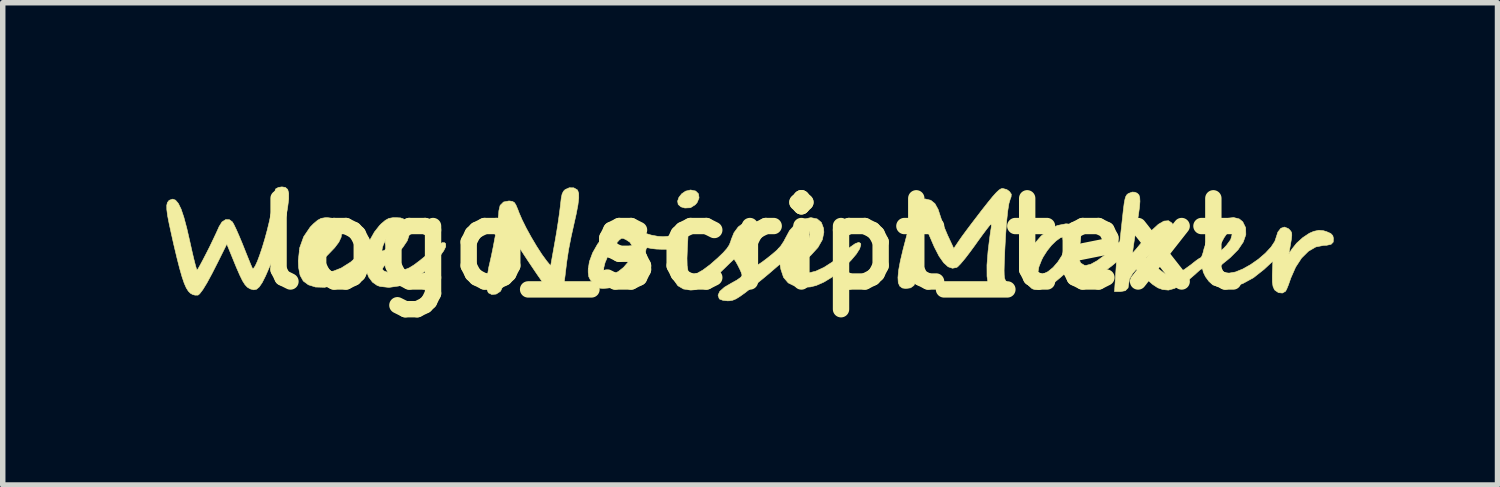
<source format=kicad_pcb>
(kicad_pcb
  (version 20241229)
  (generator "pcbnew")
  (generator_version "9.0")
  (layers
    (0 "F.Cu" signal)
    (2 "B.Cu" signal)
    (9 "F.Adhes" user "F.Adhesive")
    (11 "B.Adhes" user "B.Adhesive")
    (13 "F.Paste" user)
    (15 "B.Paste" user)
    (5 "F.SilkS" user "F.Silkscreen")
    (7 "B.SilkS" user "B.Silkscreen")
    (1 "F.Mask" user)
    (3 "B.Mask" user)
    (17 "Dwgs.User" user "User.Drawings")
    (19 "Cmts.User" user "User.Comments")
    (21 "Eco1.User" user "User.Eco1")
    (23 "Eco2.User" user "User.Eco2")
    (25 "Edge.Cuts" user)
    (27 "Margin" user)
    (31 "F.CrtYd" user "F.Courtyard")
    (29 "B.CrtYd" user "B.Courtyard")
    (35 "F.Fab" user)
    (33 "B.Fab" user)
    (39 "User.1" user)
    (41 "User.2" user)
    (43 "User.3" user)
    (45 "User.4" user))
  (footprint "logo_script_text"
    (layer "F.Cu")
    (at 10.69 1.418)
    (property "Reference" "logo_script_text" (at 0 0 0) (layer "F.SilkS") (effects (font (size 1.524 1.524) (thickness 0.3))))
    (attr through_hole)
    (fp_poly (pts (xy -0.994 -0.968) (xy -0.942 -0.916) (xy -0.932 -0.842) (xy -0.967 -0.758) (xy -1.001 -0.718) (xy -1.089 -0.662) (xy -1.192 -0.657) (xy -1.263 -0.678) (xy -1.314 -0.721) (xy -1.325 -0.783) (xy -1.301 -0.852) (xy -1.25 -0.917) (xy -1.178 -0.966) (xy -1.091 -0.987) (xy -1.085 -0.987) (xy -0.994 -0.968)) (stroke (width 0.01) (type solid)) (fill yes) (layer "F.SilkS"))
    (fp_poly (pts (xy -3.228 -1.027) (xy -3.164 -0.991) (xy -3.155 -0.978) (xy -3.137 -0.925) (xy -3.136 -0.838) (xy -3.151 -0.714) (xy -3.183 -0.546) (xy -3.216 -0.399) (xy -3.276 -0.13) (xy -3.322 0.105) (xy -3.356 0.328) (xy -3.384 0.559) (xy -3.385 0.571) (xy -3.4 0.682) (xy -3.42 0.773) (xy -3.44 0.828) (xy -3.443 0.832) (xy -3.506 0.869) (xy -3.59 0.872) (xy -3.674 0.845) (xy -3.716 0.811) (xy -3.758 0.759) (xy -3.821 0.671) (xy -3.9 0.557) (xy -3.988 0.427) (xy -4.079 0.291) (xy -4.167 0.157) (xy -4.245 0.035) (xy -4.306 -0.064) (xy -4.346 -0.133) (xy -4.356 -0.154) (xy -4.376 -0.172) (xy -4.381 -0.169) (xy -4.391 -0.137) (xy -4.405 -0.059) (xy -4.423 0.054) (xy -4.444 0.193) (xy -4.465 0.346) (xy -4.486 0.505) (xy -4.503 0.654) (xy -4.527 0.774) (xy -4.565 0.859) (xy -4.576 0.873) (xy -4.649 0.92) (xy -4.729 0.928) (xy -4.792 0.897) (xy -4.817 0.838) (xy -4.824 0.734) (xy -4.813 0.595) (xy -4.785 0.43) (xy -4.769 0.362) (xy -4.736 0.215) (xy -4.702 0.049) (xy -4.67 -0.122) (xy -4.641 -0.286) (xy -4.619 -0.431) (xy -4.604 -0.544) (xy -4.6 -0.606) (xy -4.577 -0.704) (xy -4.514 -0.767) (xy -4.416 -0.786) (xy -4.399 -0.785) (xy -4.351 -0.777) (xy -4.316 -0.757) (xy -4.287 -0.712) (xy -4.253 -0.632) (xy -4.229 -0.568) (xy -4.175 -0.443) (xy -4.098 -0.288) (xy -4.006 -0.121) (xy -3.908 0.044) (xy -3.814 0.19) (xy -3.733 0.301) (xy -3.729 0.307) (xy -3.651 0.402) (xy -3.571 -0.046) (xy -3.541 -0.22) (xy -3.514 -0.394) (xy -3.491 -0.553) (xy -3.475 -0.68) (xy -3.471 -0.718) (xy -3.457 -0.837) (xy -3.441 -0.914) (xy -3.416 -0.964) (xy -3.385 -0.995) (xy -3.31 -1.028) (xy -3.228 -1.027)) (stroke (width 0.01) (type solid)) (fill yes) (layer "F.SilkS"))
    (fp_poly (pts (xy -8.511 -1.034) (xy -8.469 -0.997) (xy -8.45 -0.929) (xy -8.45 -0.822) (xy -8.47 -0.669) (xy -8.479 -0.613) (xy -8.515 -0.425) (xy -8.555 -0.256) (xy -8.603 -0.091) (xy -8.665 0.085) (xy -8.746 0.288) (xy -8.801 0.419) (xy -8.875 0.589) (xy -8.936 0.71) (xy -8.99 0.789) (xy -9.039 0.831) (xy -9.091 0.842) (xy -9.15 0.827) (xy -9.163 0.821) (xy -9.208 0.794) (xy -9.25 0.749) (xy -9.295 0.679) (xy -9.346 0.575) (xy -9.409 0.431) (xy -9.453 0.324) (xy -9.584 0.003) (xy -9.748 0.333) (xy -9.856 0.545) (xy -9.948 0.715) (xy -10.024 0.839) (xy -10.082 0.915) (xy -10.112 0.939) (xy -10.164 0.94) (xy -10.208 0.929) (xy -10.25 0.906) (xy -10.289 0.867) (xy -10.327 0.807) (xy -10.365 0.721) (xy -10.405 0.603) (xy -10.449 0.449) (xy -10.499 0.253) (xy -10.557 0.01) (xy -10.598 -0.173) (xy -10.641 -0.37) (xy -10.67 -0.519) (xy -10.684 -0.629) (xy -10.685 -0.706) (xy -10.673 -0.757) (xy -10.647 -0.791) (xy -10.633 -0.801) (xy -10.576 -0.82) (xy -10.524 -0.801) (xy -10.473 -0.741) (xy -10.422 -0.637) (xy -10.371 -0.486) (xy -10.317 -0.284) (xy -10.26 -0.035) (xy -10.224 0.127) (xy -10.191 0.268) (xy -10.163 0.379) (xy -10.142 0.453) (xy -10.13 0.48) (xy -10.13 0.48) (xy -10.111 0.456) (xy -10.074 0.391) (xy -10.023 0.296) (xy -9.963 0.18) (xy -9.899 0.054) (xy -9.838 -0.073) (xy -9.783 -0.189) (xy -9.739 -0.285) (xy -9.726 -0.316) (xy -9.673 -0.401) (xy -9.605 -0.445) (xy -9.535 -0.442) (xy -9.482 -0.402) (xy -9.455 -0.355) (xy -9.412 -0.266) (xy -9.36 -0.148) (xy -9.303 -0.012) (xy -9.285 0.033) (xy -9.23 0.171) (xy -9.181 0.292) (xy -9.143 0.385) (xy -9.119 0.44) (xy -9.115 0.449) (xy -9.095 0.45) (xy -9.064 0.405) (xy -9.025 0.321) (xy -8.982 0.206) (xy -8.935 0.067) (xy -8.889 -0.086) (xy -8.845 -0.247) (xy -8.806 -0.407) (xy -8.774 -0.558) (xy -8.752 -0.692) (xy -8.751 -0.704) (xy -8.733 -0.824) (xy -8.714 -0.925) (xy -8.696 -0.991) (xy -8.688 -1.008) (xy -8.639 -1.034) (xy -8.575 -1.044) (xy -8.511 -1.034)) (stroke (width 0.01) (type solid)) (fill yes) (layer "F.SilkS"))
    (fp_poly (pts (xy 4.706 -0.995) (xy 4.756 -0.959) (xy 4.789 -0.91) (xy 4.785 -0.86) (xy 4.771 -0.825) (xy 4.746 -0.742) (xy 4.724 -0.605) (xy 4.704 -0.415) (xy 4.686 -0.175) (xy 4.67 0.114) (xy 4.667 0.201) (xy 4.66 0.368) (xy 4.657 0.488) (xy 4.659 0.571) (xy 4.665 0.625) (xy 4.677 0.661) (xy 4.695 0.687) (xy 4.707 0.7) (xy 4.748 0.773) (xy 4.74 0.851) (xy 4.703 0.9) (xy 4.63 0.935) (xy 4.544 0.946) (xy 4.481 0.93) (xy 4.413 0.862) (xy 4.367 0.75) (xy 4.344 0.594) (xy 4.343 0.389) (xy 4.363 0.135) (xy 4.364 0.127) (xy 4.381 -0.013) (xy 4.397 -0.14) (xy 4.411 -0.239) (xy 4.42 -0.293) (xy 4.425 -0.347) (xy 4.41 -0.357) (xy 4.41 -0.357) (xy 4.385 -0.329) (xy 4.334 -0.264) (xy 4.262 -0.168) (xy 4.177 -0.051) (xy 4.119 0.031) (xy 4.025 0.159) (xy 3.938 0.272) (xy 3.864 0.36) (xy 3.81 0.416) (xy 3.791 0.431) (xy 3.711 0.447) (xy 3.632 0.42) (xy 3.551 0.347) (xy 3.466 0.227) (xy 3.378 0.056) (xy 3.282 -0.166) (xy 3.232 -0.296) (xy 3.221 -0.322) (xy 3.212 -0.332) (xy 3.202 -0.318) (xy 3.189 -0.275) (xy 3.17 -0.194) (xy 3.142 -0.07) (xy 3.119 0.038) (xy 3.09 0.189) (xy 3.067 0.339) (xy 3.052 0.47) (xy 3.048 0.548) (xy 3.038 0.678) (xy 3.005 0.762) (xy 2.943 0.806) (xy 2.856 0.818) (xy 2.791 0.808) (xy 2.745 0.774) (xy 2.718 0.712) (xy 2.712 0.618) (xy 2.724 0.486) (xy 2.756 0.313) (xy 2.808 0.094) (xy 2.848 -0.058) (xy 2.892 -0.227) (xy 2.933 -0.384) (xy 2.967 -0.516) (xy 2.992 -0.615) (xy 3.005 -0.668) (xy 3.042 -0.764) (xy 3.11 -0.813) (xy 3.212 -0.823) (xy 3.313 -0.799) (xy 3.389 -0.738) (xy 3.448 -0.632) (xy 3.482 -0.528) (xy 3.519 -0.415) (xy 3.571 -0.278) (xy 3.627 -0.146) (xy 3.633 -0.134) (xy 3.735 0.085) (xy 3.836 -0.065) (xy 3.887 -0.138) (xy 3.965 -0.244) (xy 4.062 -0.373) (xy 4.169 -0.513) (xy 4.247 -0.615) (xy 4.363 -0.762) (xy 4.451 -0.87) (xy 4.517 -0.943) (xy 4.566 -0.988) (xy 4.603 -1.01) (xy 4.631 -1.015) (xy 4.706 -0.995)) (stroke (width 0.01) (type solid)) (fill yes) (layer "F.SilkS"))
    (fp_poly (pts (xy -6.404 -0.476) (xy -6.351 -0.459) (xy -6.313 -0.418) (xy -6.293 -0.388) (xy -6.246 -0.279) (xy -6.24 -0.171) (xy -6.278 -0.057) (xy -6.362 0.068) (xy -6.494 0.209) (xy -6.544 0.256) (xy -6.64 0.345) (xy -6.699 0.404) (xy -6.728 0.443) (xy -6.731 0.468) (xy -6.714 0.489) (xy -6.703 0.497) (xy -6.624 0.526) (xy -6.512 0.525) (xy -6.381 0.496) (xy -6.245 0.441) (xy -6.242 0.44) (xy -6.159 0.389) (xy -6.053 0.31) (xy -5.941 0.219) (xy -5.887 0.17) (xy -5.772 0.068) (xy -5.689 0.004) (xy -5.631 -0.024) (xy -5.592 -0.02) (xy -5.574 -0.001) (xy -5.573 0.051) (xy -5.611 0.128) (xy -5.68 0.223) (xy -5.772 0.328) (xy -5.881 0.436) (xy -6 0.538) (xy -6.12 0.627) (xy -6.236 0.696) (xy -6.245 0.701) (xy -6.433 0.772) (xy -6.614 0.798) (xy -6.776 0.78) (xy -6.829 0.762) (xy -6.915 0.702) (xy -6.985 0.608) (xy -7.024 0.505) (xy -7.027 0.469) (xy -7.032 0.415) (xy -7.042 0.395) (xy -7.069 0.412) (xy -7.128 0.455) (xy -7.205 0.516) (xy -7.208 0.518) (xy -7.407 0.658) (xy -7.603 0.751) (xy -7.791 0.796) (xy -7.959 0.791) (xy -8.09 0.75) (xy -8.183 0.681) (xy -8.242 0.576) (xy -8.27 0.43) (xy -8.275 0.309) (xy -8.255 0.127) (xy -7.987 0.127) (xy -7.976 0.138) (xy -7.93 0.111) (xy -7.928 0.11) (xy -7.866 0.056) (xy -7.804 -0.018) (xy -7.796 -0.028) (xy -7.755 -0.106) (xy -7.734 -0.178) (xy -7.733 -0.189) (xy -7.739 -0.235) (xy -7.768 -0.236) (xy -7.787 -0.227) (xy -7.848 -0.173) (xy -7.909 -0.084) (xy -7.959 0.018) (xy -7.975 0.07) (xy -7.987 0.127) (xy -8.255 0.127) (xy -8.25 0.075) (xy -8.176 -0.131) (xy -8.056 -0.308) (xy -7.998 -0.367) (xy -7.92 -0.433) (xy -7.857 -0.467) (xy -7.785 -0.479) (xy -7.738 -0.48) (xy -7.622 -0.466) (xy -7.547 -0.42) (xy -7.501 -0.334) (xy -7.492 -0.303) (xy -7.478 -0.209) (xy -7.49 -0.121) (xy -7.532 -0.031) (xy -7.609 0.071) (xy -7.727 0.194) (xy -7.755 0.222) (xy -7.858 0.321) (xy -7.924 0.39) (xy -7.96 0.435) (xy -7.97 0.464) (xy -7.961 0.485) (xy -7.944 0.499) (xy -7.866 0.527) (xy -7.755 0.525) (xy -7.625 0.497) (xy -7.491 0.444) (xy -7.485 0.441) (xy -7.317 0.335) (xy -7.162 0.2) (xy -7.095 0.121) (xy -6.743 0.121) (xy -6.729 0.132) (xy -6.693 0.115) (xy -6.64 0.072) (xy -6.58 0.003) (xy -6.562 -0.021) (xy -6.518 -0.101) (xy -6.493 -0.173) (xy -6.491 -0.191) (xy -6.498 -0.236) (xy -6.528 -0.235) (xy -6.545 -0.227) (xy -6.605 -0.174) (xy -6.667 -0.086) (xy -6.716 0.015) (xy -6.733 0.067) (xy -6.743 0.121) (xy -7.095 0.121) (xy -7.033 0.049) (xy -6.953 -0.087) (xy -6.88 -0.217) (xy -6.787 -0.335) (xy -6.756 -0.367) (xy -6.679 -0.432) (xy -6.617 -0.466) (xy -6.545 -0.479) (xy -6.491 -0.48) (xy -6.404 -0.476)) (stroke (width 0.01) (type solid)) (fill yes) (layer "F.SilkS"))
    (fp_poly (pts (xy 1.232 -0.457) (xy 1.309 -0.392) (xy 1.349 -0.285) (xy 1.355 -0.213) (xy 1.327 -0.076) (xy 1.246 0.066) (xy 1.112 0.213) (xy 1.015 0.295) (xy 0.929 0.364) (xy 0.882 0.408) (xy 0.867 0.438) (xy 0.876 0.464) (xy 0.892 0.483) (xy 0.969 0.528) (xy 1.077 0.533) (xy 1.208 0.5) (xy 1.357 0.431) (xy 1.516 0.329) (xy 1.68 0.196) (xy 1.707 0.172) (xy 1.833 0.063) (xy 1.929 -0.004) (xy 1.995 -0.028) (xy 2.028 -0.008) (xy 2.032 0.018) (xy 2.01 0.091) (xy 1.949 0.187) (xy 1.857 0.296) (xy 1.745 0.41) (xy 1.619 0.521) (xy 1.489 0.619) (xy 1.363 0.696) (xy 1.339 0.708) (xy 1.215 0.762) (xy 1.107 0.789) (xy 0.989 0.796) (xy 0.826 0.776) (xy 0.702 0.715) (xy 0.616 0.614) (xy 0.568 0.47) (xy 0.567 0.466) (xy 0.55 0.371) (xy 0.353 0.541) (xy 0.234 0.64) (xy 0.095 0.753) (xy -0.038 0.856) (xy -0.065 0.877) (xy -0.174 0.957) (xy -0.253 1.007) (xy -0.316 1.033) (xy -0.377 1.043) (xy -0.408 1.044) (xy -0.493 1.035) (xy -0.553 1.013) (xy -0.562 1.005) (xy -0.584 0.941) (xy -0.552 0.87) (xy -0.466 0.794) (xy -0.34 0.72) (xy -0.237 0.663) (xy -0.167 0.613) (xy -0.141 0.577) (xy -0.141 0.576) (xy -0.153 0.537) (xy -0.182 0.472) (xy -0.22 0.396) (xy -0.257 0.329) (xy -0.285 0.288) (xy -0.293 0.282) (xy -0.314 0.301) (xy -0.367 0.351) (xy -0.444 0.426) (xy -0.537 0.516) (xy -0.683 0.652) (xy -0.804 0.748) (xy -0.908 0.809) (xy -1.006 0.84) (xy -1.085 0.847) (xy -1.218 0.827) (xy -1.32 0.767) (xy -1.393 0.662) (xy -1.44 0.512) (xy -1.462 0.325) (xy -1.474 0.099) (xy -1.619 0.099) (xy -1.719 0.095) (xy -1.806 0.085) (xy -1.835 0.079) (xy -1.879 0.07) (xy -1.901 0.085) (xy -1.91 0.137) (xy -1.913 0.188) (xy -1.945 0.343) (xy -2.024 0.492) (xy -2.139 0.625) (xy -2.281 0.726) (xy -2.336 0.753) (xy -2.416 0.777) (xy -2.524 0.799) (xy -2.596 0.809) (xy -2.691 0.817) (xy -2.752 0.811) (xy -2.799 0.786) (xy -2.855 0.735) (xy -2.863 0.726) (xy -2.923 0.661) (xy -2.953 0.601) (xy -2.963 0.523) (xy -2.963 0.473) (xy -2.96 0.448) (xy -2.68 0.448) (xy -2.676 0.522) (xy -2.662 0.546) (xy -2.608 0.564) (xy -2.526 0.555) (xy -2.434 0.519) (xy -2.407 0.504) (xy -2.315 0.431) (xy -2.233 0.336) (xy -2.172 0.236) (xy -2.145 0.149) (xy -2.145 0.139) (xy -2.157 0.038) (xy -2.199 -0.03) (xy -2.267 -0.075) (xy -2.32 -0.1) (xy -2.356 -0.1) (xy -2.395 -0.07) (xy -2.447 -0.011) (xy -2.534 0.106) (xy -2.605 0.229) (xy -2.655 0.346) (xy -2.68 0.448) (xy -2.96 0.448) (xy -2.941 0.325) (xy -2.882 0.165) (xy -2.792 0.006) (xy -2.682 -0.141) (xy -2.56 -0.262) (xy -2.434 -0.346) (xy -2.377 -0.368) (xy -2.258 -0.384) (xy -2.153 -0.361) (xy -2.075 -0.305) (xy -2.059 -0.281) (xy -2.011 -0.237) (xy -1.922 -0.195) (xy -1.81 -0.161) (xy -1.688 -0.138) (xy -1.593 -0.132) (xy -1.494 -0.139) (xy -1.426 -0.165) (xy -1.375 -0.208) (xy -1.281 -0.27) (xy -1.214 -0.282) (xy -1.127 -0.282) (xy -1.146 0.079) (xy -1.153 0.263) (xy -1.15 0.398) (xy -1.136 0.488) (xy -1.11 0.541) (xy -1.072 0.563) (xy -1.056 0.564) (xy -0.973 0.543) (xy -0.862 0.48) (xy -0.728 0.38) (xy -0.59 0.259) (xy -0.488 0.161) (xy -0.421 0.085) (xy -0.378 0.02) (xy -0.351 -0.049) (xy -0.343 -0.078) (xy -0.292 -0.204) (xy -0.215 -0.309) (xy -0.122 -0.379) (xy -0.027 -0.405) (xy 0.061 -0.387) (xy 0.105 -0.338) (xy 0.105 -0.265) (xy 0.06 -0.174) (xy 0.014 -0.117) (xy -0.042 -0.048) (xy -0.078 0.007) (xy -0.085 0.027) (xy -0.072 0.069) (xy -0.039 0.14) (xy 0.005 0.223) (xy 0.052 0.304) (xy 0.093 0.366) (xy 0.12 0.394) (xy 0.122 0.395) (xy 0.157 0.378) (xy 0.224 0.333) (xy 0.312 0.267) (xy 0.408 0.19) (xy 0.491 0.119) (xy 0.514 0.094) (xy 0.857 0.094) (xy 0.859 0.132) (xy 0.89 0.128) (xy 0.951 0.078) (xy 0.999 0.028) (xy 1.075 -0.077) (xy 1.101 -0.168) (xy 1.101 -0.169) (xy 1.089 -0.227) (xy 1.059 -0.236) (xy 1.012 -0.197) (xy 0.953 -0.112) (xy 0.948 -0.103) (xy 0.886 0.015) (xy 0.857 0.094) (xy 0.514 0.094) (xy 0.564 0.04) (xy 0.624 -0.051) (xy 0.635 -0.074) (xy 0.726 -0.243) (xy 0.841 -0.37) (xy 0.972 -0.45) (xy 1.114 -0.48) (xy 1.12 -0.48) (xy 1.232 -0.457)) (stroke (width 0.01) (type solid)) (fill yes) (layer "F.SilkS"))
    (fp_poly (pts (xy 7.054 -0.946) (xy 7.097 -0.927) (xy 7.126 -0.899) (xy 7.142 -0.852) (xy 7.146 -0.779) (xy 7.138 -0.674) (xy 7.118 -0.529) (xy 7.086 -0.335) (xy 7.086 -0.334) (xy 7.06 -0.175) (xy 7.038 -0.037) (xy 7.022 0.072) (xy 7.013 0.142) (xy 7.012 0.164) (xy 7.032 0.146) (xy 7.079 0.093) (xy 7.146 0.012) (xy 7.222 -0.083) (xy 7.362 -0.247) (xy 7.483 -0.358) (xy 7.585 -0.417) (xy 7.669 -0.424) (xy 7.733 -0.381) (xy 7.755 -0.335) (xy 7.747 -0.279) (xy 7.707 -0.207) (xy 7.629 -0.113) (xy 7.512 0.01) (xy 7.497 0.025) (xy 7.258 0.262) (xy 7.418 0.402) (xy 7.505 0.474) (xy 7.585 0.533) (xy 7.641 0.566) (xy 7.644 0.568) (xy 7.725 0.572) (xy 7.833 0.538) (xy 7.959 0.47) (xy 8.093 0.373) (xy 8.099 0.367) (xy 8.174 0.308) (xy 8.233 0.267) (xy 8.26 0.254) (xy 8.279 0.229) (xy 8.302 0.163) (xy 8.319 0.094) (xy 8.59 0.094) (xy 8.591 0.132) (xy 8.623 0.128) (xy 8.684 0.078) (xy 8.731 0.028) (xy 8.808 -0.077) (xy 8.834 -0.168) (xy 8.834 -0.169) (xy 8.822 -0.227) (xy 8.791 -0.236) (xy 8.745 -0.197) (xy 8.686 -0.112) (xy 8.681 -0.103) (xy 8.619 0.015) (xy 8.59 0.094) (xy 8.319 0.094) (xy 8.321 0.087) (xy 8.374 -0.076) (xy 8.458 -0.231) (xy 8.564 -0.359) (xy 8.633 -0.416) (xy 8.747 -0.468) (xy 8.863 -0.482) (xy 8.965 -0.457) (xy 9.029 -0.405) (xy 9.083 -0.295) (xy 9.086 -0.169) (xy 9.039 -0.034) (xy 8.944 0.107) (xy 8.804 0.248) (xy 8.748 0.295) (xy 8.662 0.364) (xy 8.615 0.408) (xy 8.6 0.438) (xy 8.609 0.464) (xy 8.625 0.483) (xy 8.699 0.526) (xy 8.778 0.536) (xy 8.894 0.516) (xy 9.03 0.461) (xy 9.174 0.38) (xy 9.316 0.281) (xy 9.444 0.171) (xy 9.548 0.059) (xy 9.617 -0.046) (xy 9.637 -0.105) (xy 9.673 -0.216) (xy 9.727 -0.285) (xy 9.793 -0.308) (xy 9.864 -0.28) (xy 9.891 -0.255) (xy 9.913 -0.228) (xy 9.926 -0.199) (xy 9.928 -0.156) (xy 9.921 -0.087) (xy 9.903 0.018) (xy 9.889 0.099) (xy 9.874 0.183) (xy 9.928 0.099) (xy 10.016 -0.012) (xy 10.129 -0.114) (xy 10.249 -0.194) (xy 10.33 -0.229) (xy 10.423 -0.249) (xy 10.504 -0.242) (xy 10.565 -0.224) (xy 10.642 -0.19) (xy 10.679 -0.151) (xy 10.691 -0.102) (xy 10.687 -0.032) (xy 10.648 0.008) (xy 10.567 0.026) (xy 10.511 0.028) (xy 10.369 0.056) (xy 10.233 0.135) (xy 10.107 0.26) (xy 9.998 0.427) (xy 9.909 0.629) (xy 9.901 0.653) (xy 9.867 0.75) (xy 9.835 0.828) (xy 9.814 0.868) (xy 9.757 0.901) (xy 9.685 0.894) (xy 9.621 0.851) (xy 9.608 0.834) (xy 9.584 0.779) (xy 9.572 0.699) (xy 9.571 0.581) (xy 9.572 0.541) (xy 9.581 0.317) (xy 9.42 0.467) (xy 9.225 0.621) (xy 9.027 0.729) (xy 8.832 0.787) (xy 8.722 0.796) (xy 8.58 0.785) (xy 8.483 0.752) (xy 8.479 0.749) (xy 8.409 0.686) (xy 8.347 0.602) (xy 8.306 0.517) (xy 8.297 0.472) (xy 8.286 0.454) (xy 8.25 0.473) (xy 8.184 0.532) (xy 8.163 0.552) (xy 8.034 0.663) (xy 7.902 0.754) (xy 7.777 0.817) (xy 7.673 0.846) (xy 7.657 0.846) (xy 7.562 0.837) (xy 7.473 0.805) (xy 7.379 0.743) (xy 7.265 0.644) (xy 7.248 0.628) (xy 7.078 0.466) (xy 7.011 0.545) (xy 6.956 0.641) (xy 6.943 0.716) (xy 6.928 0.807) (xy 6.878 0.858) (xy 6.786 0.875) (xy 6.778 0.875) (xy 6.68 0.875) (xy 6.698 0.604) (xy 6.716 0.332) (xy 6.625 0.407) (xy 6.438 0.545) (xy 6.274 0.633) (xy 6.131 0.67) (xy 6.009 0.658) (xy 5.906 0.595) (xy 5.867 0.554) (xy 5.84 0.523) (xy 5.814 0.516) (xy 5.777 0.538) (xy 5.715 0.592) (xy 5.693 0.612) (xy 5.562 0.721) (xy 5.442 0.79) (xy 5.315 0.83) (xy 5.299 0.833) (xy 5.226 0.84) (xy 5.171 0.822) (xy 5.109 0.767) (xy 5.109 0.767) (xy 5.06 0.711) (xy 5.034 0.655) (xy 5.025 0.578) (xy 5.024 0.515) (xy 5.024 0.51) (xy 5.279 0.51) (xy 5.3 0.556) (xy 5.356 0.558) (xy 5.447 0.516) (xy 5.462 0.508) (xy 5.555 0.432) (xy 5.642 0.331) (xy 5.716 0.216) (xy 5.771 0.099) (xy 5.8 -0.007) (xy 5.796 -0.09) (xy 5.787 -0.11) (xy 5.747 -0.13) (xy 5.685 -0.11) (xy 5.609 -0.055) (xy 5.526 0.025) (xy 5.446 0.125) (xy 5.374 0.237) (xy 5.345 0.294) (xy 5.294 0.423) (xy 5.279 0.51) (xy 5.024 0.51) (xy 5.047 0.338) (xy 5.112 0.164) (xy 5.211 0.001) (xy 5.335 -0.143) (xy 5.478 -0.258) (xy 5.631 -0.336) (xy 5.786 -0.367) (xy 5.8 -0.367) (xy 5.898 -0.358) (xy 5.968 -0.324) (xy 6.002 -0.294) (xy 6.034 -0.258) (xy 6.055 -0.219) (xy 6.063 -0.166) (xy 6.06 -0.09) (xy 6.045 0.022) (xy 6.023 0.163) (xy 6.024 0.271) (xy 6.06 0.351) (xy 6.127 0.392) (xy 6.158 0.395) (xy 6.246 0.373) (xy 6.362 0.309) (xy 6.499 0.208) (xy 6.599 0.121) (xy 6.778 -0.042) (xy 6.824 -0.462) (xy 6.842 -0.625) (xy 6.857 -0.742) (xy 6.872 -0.821) (xy 6.888 -0.871) (xy 6.908 -0.902) (xy 6.933 -0.922) (xy 7.005 -0.949) (xy 7.054 -0.946)) (stroke (width 0.01) (type solid)) (fill yes) (layer "F.SilkS")))
  (gr_rect
    (start -3 -3)
    (end 24.387 5.836)
    (stroke (width 0.1) (type default))
    (fill no)
    (layer "Edge.Cuts")))
</source>
